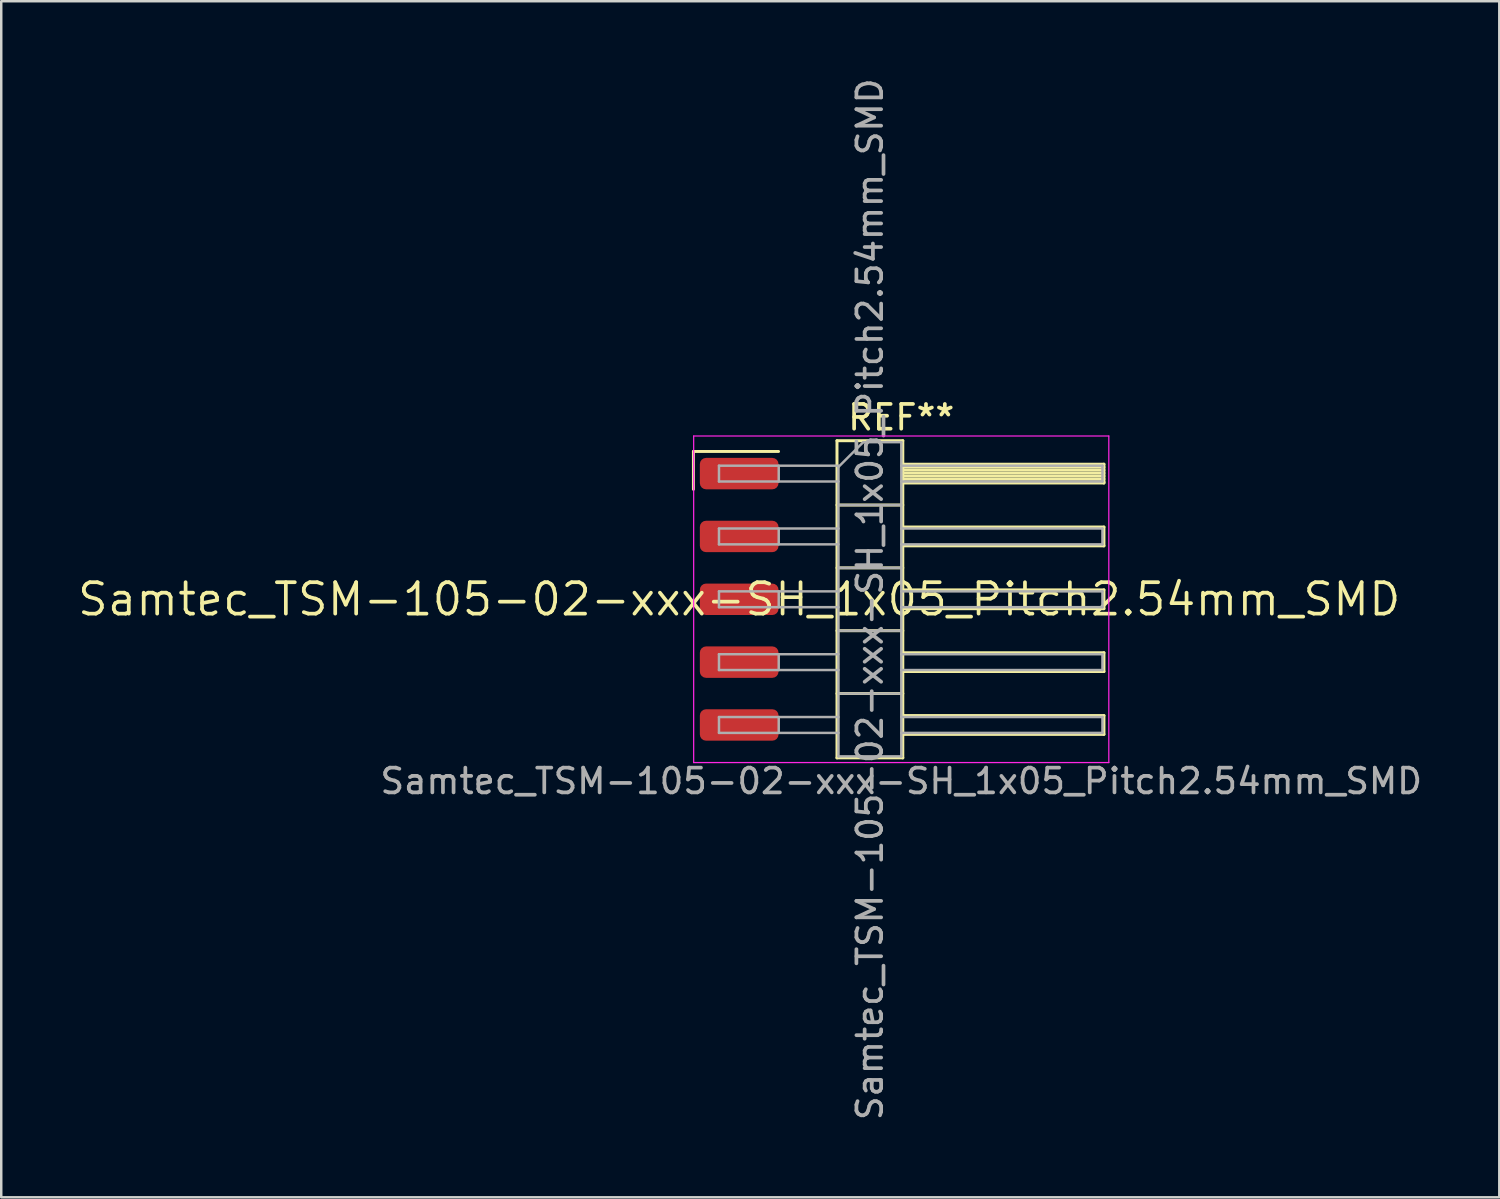
<source format=kicad_pcb>
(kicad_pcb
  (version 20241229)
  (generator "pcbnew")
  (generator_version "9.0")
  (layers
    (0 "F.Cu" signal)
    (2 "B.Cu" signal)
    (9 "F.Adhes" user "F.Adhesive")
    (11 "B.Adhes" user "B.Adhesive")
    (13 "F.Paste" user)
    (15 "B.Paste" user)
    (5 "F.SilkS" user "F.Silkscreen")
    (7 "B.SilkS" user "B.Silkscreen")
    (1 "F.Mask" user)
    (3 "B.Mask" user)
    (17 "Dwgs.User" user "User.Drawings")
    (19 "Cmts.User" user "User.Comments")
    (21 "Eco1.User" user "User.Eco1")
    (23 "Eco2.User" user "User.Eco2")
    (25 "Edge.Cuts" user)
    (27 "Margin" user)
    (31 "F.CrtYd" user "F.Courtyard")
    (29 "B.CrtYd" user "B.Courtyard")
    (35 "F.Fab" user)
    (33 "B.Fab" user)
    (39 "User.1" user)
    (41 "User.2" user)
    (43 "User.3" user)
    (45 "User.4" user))
  (footprint "Samtec_TSM-105-02-xxx-SH_1x05_Pitch2.54mm_SMD"
    (layer "F.Cu")
    (at 26.828 21.173)
    (property "Reference" "Samtec_TSM-105-02-xxx-SH_1x05_Pitch2.54mm_SMD" (at 0 0 0) (layer "F.SilkS") (effects (font (size 1.27 1.27) (thickness 0.15))))
    (attr smd)
    (fp_line (start -1.85 -5.975) (end 1.59 -5.975) (stroke (width 0.12) (type solid)) (layer "F.SilkS"))
    (fp_line (start -1.85 -4.445) (end -1.85 -5.975) (stroke (width 0.12) (type solid)) (layer "F.SilkS"))
    (fp_line (start 3.953 -6.41) (end 6.613 -6.41) (stroke (width 0.12) (type solid)) (layer "F.SilkS"))
    (fp_line (start 3.953 -3.81) (end 6.613 -3.81) (stroke (width 0.12) (type solid)) (layer "F.SilkS"))
    (fp_line (start 3.953 -1.27) (end 6.613 -1.27) (stroke (width 0.12) (type solid)) (layer "F.SilkS"))
    (fp_line (start 3.953 1.27) (end 6.613 1.27) (stroke (width 0.12) (type solid)) (layer "F.SilkS"))
    (fp_line (start 3.953 3.81) (end 6.613 3.81) (stroke (width 0.12) (type solid)) (layer "F.SilkS"))
    (fp_line (start 3.953 6.41) (end 3.953 -6.41) (stroke (width 0.12) (type solid)) (layer "F.SilkS"))
    (fp_line (start 6.613 -6.41) (end 6.613 6.41) (stroke (width 0.12) (type solid)) (layer "F.SilkS"))
    (fp_line (start 6.613 -5.46) (end 14.743 -5.46) (stroke (width 0.12) (type solid)) (layer "F.SilkS"))
    (fp_line (start 6.613 -5.34) (end 14.743 -5.34) (stroke (width 0.12) (type solid)) (layer "F.SilkS"))
    (fp_line (start 6.613 -5.22) (end 14.743 -5.22) (stroke (width 0.12) (type solid)) (layer "F.SilkS"))
    (fp_line (start 6.613 -5.1) (end 14.743 -5.1) (stroke (width 0.12) (type solid)) (layer "F.SilkS"))
    (fp_line (start 6.613 -4.98) (end 14.743 -4.98) (stroke (width 0.12) (type solid)) (layer "F.SilkS"))
    (fp_line (start 6.613 -4.86) (end 14.743 -4.86) (stroke (width 0.12) (type solid)) (layer "F.SilkS"))
    (fp_line (start 6.613 -4.74) (end 14.743 -4.74) (stroke (width 0.12) (type solid)) (layer "F.SilkS"))
    (fp_line (start 6.613 -4.7) (end 14.743 -4.7) (stroke (width 0.12) (type solid)) (layer "F.SilkS"))
    (fp_line (start 6.613 -2.92) (end 14.743 -2.92) (stroke (width 0.12) (type solid)) (layer "F.SilkS"))
    (fp_line (start 6.613 -2.16) (end 14.743 -2.16) (stroke (width 0.12) (type solid)) (layer "F.SilkS"))
    (fp_line (start 6.613 -0.38) (end 14.743 -0.38) (stroke (width 0.12) (type solid)) (layer "F.SilkS"))
    (fp_line (start 6.613 0.38) (end 14.743 0.38) (stroke (width 0.12) (type solid)) (layer "F.SilkS"))
    (fp_line (start 6.613 2.16) (end 14.743 2.16) (stroke (width 0.12) (type solid)) (layer "F.SilkS"))
    (fp_line (start 6.613 2.92) (end 14.743 2.92) (stroke (width 0.12) (type solid)) (layer "F.SilkS"))
    (fp_line (start 6.613 4.7) (end 14.743 4.7) (stroke (width 0.12) (type solid)) (layer "F.SilkS"))
    (fp_line (start 6.613 5.46) (end 14.743 5.46) (stroke (width 0.12) (type solid)) (layer "F.SilkS"))
    (fp_line (start 6.613 6.41) (end 3.953 6.41) (stroke (width 0.12) (type solid)) (layer "F.SilkS"))
    (fp_line (start 14.743 -5.46) (end 14.743 -4.7) (stroke (width 0.12) (type solid)) (layer "F.SilkS"))
    (fp_line (start 14.743 -2.92) (end 14.743 -2.16) (stroke (width 0.12) (type solid)) (layer "F.SilkS"))
    (fp_line (start 14.743 -0.38) (end 14.743 0.38) (stroke (width 0.12) (type solid)) (layer "F.SilkS"))
    (fp_line (start 14.743 2.16) (end 14.743 2.92) (stroke (width 0.12) (type solid)) (layer "F.SilkS"))
    (fp_line (start 14.743 4.7) (end 14.743 5.46) (stroke (width 0.12) (type solid)) (layer "F.SilkS"))
    (fp_line (start -1.84 -6.6) (end 14.94 -6.6) (stroke (width 0.05) (type solid)) (layer "F.CrtYd"))
    (fp_line (start -1.84 6.6) (end -1.84 -6.6) (stroke (width 0.05) (type solid)) (layer "F.CrtYd"))
    (fp_line (start 14.94 -6.6) (end 14.94 6.6) (stroke (width 0.05) (type solid)) (layer "F.CrtYd"))
    (fp_line (start 14.94 6.6) (end -1.84 6.6) (stroke (width 0.05) (type solid)) (layer "F.CrtYd"))
    (fp_line (start -0.817 -5.4) (end -0.817 -4.76) (stroke (width 0.1) (type solid)) (layer "F.Fab"))
    (fp_line (start -0.817 -5.4) (end 4.013 -5.4) (stroke (width 0.1) (type solid)) (layer "F.Fab"))
    (fp_line (start -0.817 -4.76) (end 4.013 -4.76) (stroke (width 0.1) (type solid)) (layer "F.Fab"))
    (fp_line (start -0.817 -2.86) (end -0.817 -2.22) (stroke (width 0.1) (type solid)) (layer "F.Fab"))
    (fp_line (start -0.817 -2.86) (end 4.013 -2.86) (stroke (width 0.1) (type solid)) (layer "F.Fab"))
    (fp_line (start -0.817 -2.22) (end 4.013 -2.22) (stroke (width 0.1) (type solid)) (layer "F.Fab"))
    (fp_line (start -0.817 -0.32) (end -0.817 0.32) (stroke (width 0.1) (type solid)) (layer "F.Fab"))
    (fp_line (start -0.817 -0.32) (end 4.013 -0.32) (stroke (width 0.1) (type solid)) (layer "F.Fab"))
    (fp_line (start -0.817 0.32) (end 4.013 0.32) (stroke (width 0.1) (type solid)) (layer "F.Fab"))
    (fp_line (start -0.817 2.22) (end -0.817 2.86) (stroke (width 0.1) (type solid)) (layer "F.Fab"))
    (fp_line (start -0.817 2.22) (end 4.013 2.22) (stroke (width 0.1) (type solid)) (layer "F.Fab"))
    (fp_line (start -0.817 2.86) (end 4.013 2.86) (stroke (width 0.1) (type solid)) (layer "F.Fab"))
    (fp_line (start -0.817 4.76) (end -0.817 5.4) (stroke (width 0.1) (type solid)) (layer "F.Fab"))
    (fp_line (start -0.817 4.76) (end 4.013 4.76) (stroke (width 0.1) (type solid)) (layer "F.Fab"))
    (fp_line (start -0.817 5.4) (end 4.013 5.4) (stroke (width 0.1) (type solid)) (layer "F.Fab"))
    (fp_line (start 1.598 -5.4) (end 1.598 -4.76) (stroke (width 0.1) (type solid)) (layer "F.Fab"))
    (fp_line (start 1.598 -2.86) (end 1.598 -2.22) (stroke (width 0.1) (type solid)) (layer "F.Fab"))
    (fp_line (start 1.598 -0.32) (end 1.598 0.32) (stroke (width 0.1) (type solid)) (layer "F.Fab"))
    (fp_line (start 1.598 2.22) (end 1.598 2.86) (stroke (width 0.1) (type solid)) (layer "F.Fab"))
    (fp_line (start 1.598 4.76) (end 1.598 5.4) (stroke (width 0.1) (type solid)) (layer "F.Fab"))
    (fp_line (start 4.013 -5.35) (end 5.013 -6.35) (stroke (width 0.1) (type solid)) (layer "F.Fab"))
    (fp_line (start 4.013 -3.81) (end 6.553 -3.81) (stroke (width 0.1) (type solid)) (layer "F.Fab"))
    (fp_line (start 4.013 -1.27) (end 6.553 -1.27) (stroke (width 0.1) (type solid)) (layer "F.Fab"))
    (fp_line (start 4.013 1.27) (end 6.553 1.27) (stroke (width 0.1) (type solid)) (layer "F.Fab"))
    (fp_line (start 4.013 3.81) (end 6.553 3.81) (stroke (width 0.1) (type solid)) (layer "F.Fab"))
    (fp_line (start 4.013 6.35) (end 4.013 -5.35) (stroke (width 0.1) (type solid)) (layer "F.Fab"))
    (fp_line (start 5.013 -6.35) (end 6.553 -6.35) (stroke (width 0.1) (type solid)) (layer "F.Fab"))
    (fp_line (start 6.553 -6.35) (end 6.553 6.35) (stroke (width 0.1) (type solid)) (layer "F.Fab"))
    (fp_line (start 6.553 -5.4) (end 14.683 -5.4) (stroke (width 0.1) (type solid)) (layer "F.Fab"))
    (fp_line (start 6.553 -4.76) (end 14.683 -4.76) (stroke (width 0.1) (type solid)) (layer "F.Fab"))
    (fp_line (start 6.553 -2.86) (end 14.683 -2.86) (stroke (width 0.1) (type solid)) (layer "F.Fab"))
    (fp_line (start 6.553 -2.22) (end 14.683 -2.22) (stroke (width 0.1) (type solid)) (layer "F.Fab"))
    (fp_line (start 6.553 -0.32) (end 14.683 -0.32) (stroke (width 0.1) (type solid)) (layer "F.Fab"))
    (fp_line (start 6.553 0.32) (end 14.683 0.32) (stroke (width 0.1) (type solid)) (layer "F.Fab"))
    (fp_line (start 6.553 2.22) (end 14.683 2.22) (stroke (width 0.1) (type solid)) (layer "F.Fab"))
    (fp_line (start 6.553 2.86) (end 14.683 2.86) (stroke (width 0.1) (type solid)) (layer "F.Fab"))
    (fp_line (start 6.553 4.76) (end 14.683 4.76) (stroke (width 0.1) (type solid)) (layer "F.Fab"))
    (fp_line (start 6.553 5.4) (end 14.683 5.4) (stroke (width 0.1) (type solid)) (layer "F.Fab"))
    (fp_line (start 6.553 6.35) (end 4.013 6.35) (stroke (width 0.1) (type solid)) (layer "F.Fab"))
    (fp_line (start 14.683 -5.4) (end 14.683 -4.76) (stroke (width 0.1) (type solid)) (layer "F.Fab"))
    (fp_line (start 14.683 -2.86) (end 14.683 -2.22) (stroke (width 0.1) (type solid)) (layer "F.Fab"))
    (fp_line (start 14.683 -0.32) (end 14.683 0.32) (stroke (width 0.1) (type solid)) (layer "F.Fab"))
    (fp_line (start 14.683 2.22) (end 14.683 2.86) (stroke (width 0.1) (type solid)) (layer "F.Fab"))
    (fp_line (start 14.683 4.76) (end 14.683 5.4) (stroke (width 0.1) (type solid)) (layer "F.Fab"))
    (fp_text user "REF**" (at 6.55 -7.35 0) (layer "F.SilkS") (effects (font (size 1 1) (thickness 0.15))))
    (fp_text user "${REFERENCE}" (at 5.283 0 90) (layer "F.Fab") (effects (font (size 1 1) (thickness 0.15))))
    (fp_text user "Samtec_TSM-105-02-xxx-SH_1x05_Pitch2.54mm_SMD" (at 6.55 7.35 0) (layer "F.Fab") (effects (font (size 1 1) (thickness 0.15))))
    (pad "1" smd roundrect (at 0 -5.08) (size 3.18 1.27) (layers "F.Cu" "F.Mask" "F.Paste") (roundrect_rratio 0.197))
    (pad "2" smd roundrect (at 0 -2.54) (size 3.18 1.27) (layers "F.Cu" "F.Mask" "F.Paste") (roundrect_rratio 0.197))
    (pad "3" smd roundrect (at 0 0) (size 3.18 1.27) (layers "F.Cu" "F.Mask" "F.Paste") (roundrect_rratio 0.197))
    (pad "4" smd roundrect (at 0 2.54) (size 3.18 1.27) (layers "F.Cu" "F.Mask" "F.Paste") (roundrect_rratio 0.197))
    (pad "5" smd roundrect (at 0 5.08) (size 3.18 1.27) (layers "F.Cu" "F.Mask" "F.Paste") (roundrect_rratio 0.197)))
  (gr_rect
    (start -3 -3)
    (end 57.551 45.345)
    (stroke (width 0.1) (type default))
    (fill no)
    (layer "Edge.Cuts")))
</source>
